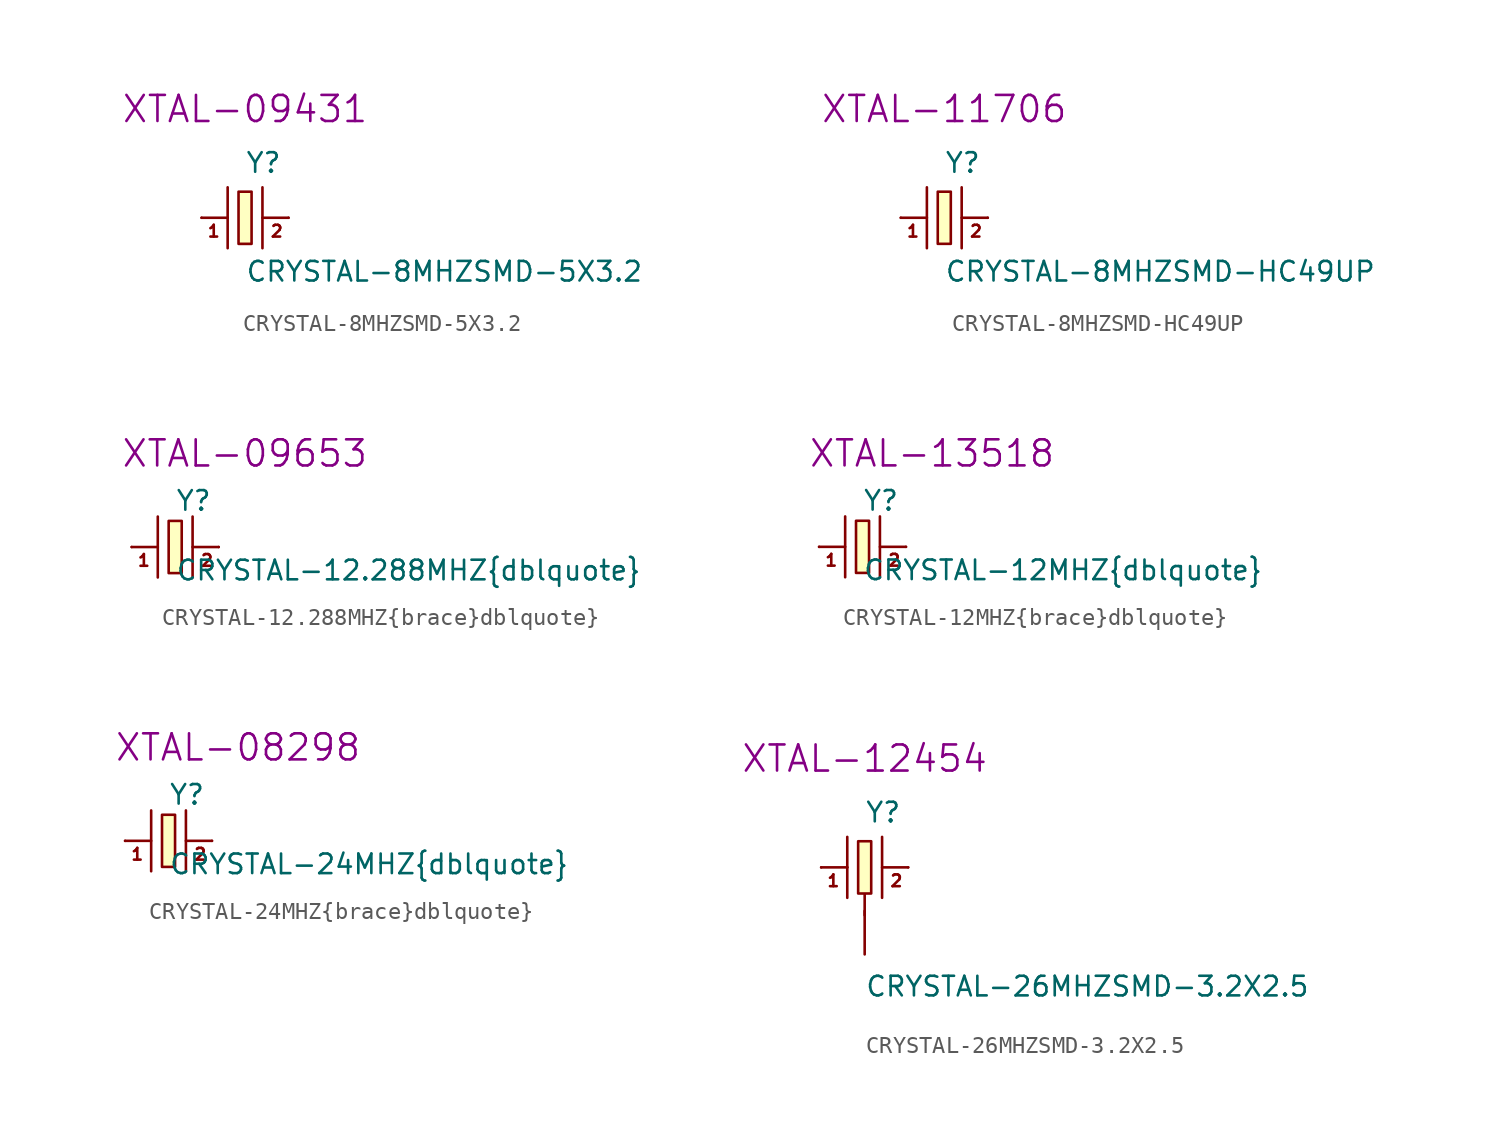
<source format=kicad_sym>
(kicad_symbol_lib
  (version 20211014)
  (generator kicad_symbol_editor)
  (symbol "CRYSTAL-8MHZSMD-5X3.2"
    (pin_numbers hide)
    (pin_names
      (offset 1.016) hide)
    (property "Reference" "Y"
      (at 0 2.54 0)
      (effects (font (size 1.143 1.143)) (justify left bottom)))
    (property "Value" "CRYSTAL-8MHZSMD-5X3.2"
      (at 0 -3.81 0)
      (effects (font (size 1.143 1.143)) (justify left bottom)))
    (property "Field4" "XTAL-09431"
      (at 0 6.35 0)
      (effects (font (size 1.524 1.524))))
    (property "ki_locked" ""
      (at 0 0 0)
      (effects (font (size 1.27 1.27))))
    (symbol "CRYSTAL-8MHZSMD-5X3.2_1_0"
      (polyline (pts (xy -2.54 0) (xy -1.016 0)) (stroke (width 0) (type default) (color 0 0 0 0)) (fill (type none)))
      (polyline (pts (xy -1.016 1.778) (xy -1.016 -1.778)) (stroke (width 0) (type default) (color 0 0 0 0)) (fill (type none)))
      (polyline (pts (xy 1.016 0) (xy 2.54 0)) (stroke (width 0) (type default) (color 0 0 0 0)) (fill (type none)))
      (polyline (pts (xy 1.016 1.778) (xy 1.016 -1.778)) (stroke (width 0) (type default) (color 0 0 0 0)) (fill (type none)))
      (text "1" (at -1.829 -0.787 0) (effects (font (size 0.686 0.686))))
      (text "2" (at 1.854 -0.787 0) (effects (font (size 0.686 0.686)))))
    (symbol "CRYSTAL-8MHZSMD-5X3.2_1_1"
      (polyline (pts (xy -0.381 1.524) (xy -0.381 -1.524) (xy 0.381 -1.524) (xy 0.381 1.524) (xy -0.381 1.524)) (stroke (width 0) (type default) (color 0 0 0 0)) (fill (type background)))
      (pin passive line (at -2.54 0 0) (length 0) (name "1" (effects (font (size 1.016 1.016)))) (number "1" (effects (font (size 1.016 1.016)))))
      (pin passive line (at 2.54 0 180) (length 0) (name "2" (effects (font (size 1.016 1.016)))) (number "3" (effects (font (size 1.016 1.016)))))))
  (symbol "CRYSTAL-8MHZSMD-HC49UP"
    (pin_numbers hide)
    (pin_names
      (offset 1.016) hide)
    (property "Reference" "Y"
      (at 0 2.54 0)
      (effects (font (size 1.143 1.143)) (justify left bottom)))
    (property "Value" "CRYSTAL-8MHZSMD-HC49UP"
      (at 0 -3.81 0)
      (effects (font (size 1.143 1.143)) (justify left bottom)))
    (property "Field4" "XTAL-11706"
      (at 0 6.35 0)
      (effects (font (size 1.524 1.524))))
    (property "ki_locked" ""
      (at 0 0 0)
      (effects (font (size 1.27 1.27))))
    (symbol "CRYSTAL-8MHZSMD-HC49UP_1_0"
      (polyline (pts (xy -2.54 0) (xy -1.016 0)) (stroke (width 0) (type default) (color 0 0 0 0)) (fill (type none)))
      (polyline (pts (xy -1.016 1.778) (xy -1.016 -1.778)) (stroke (width 0) (type default) (color 0 0 0 0)) (fill (type none)))
      (polyline (pts (xy 1.016 0) (xy 2.54 0)) (stroke (width 0) (type default) (color 0 0 0 0)) (fill (type none)))
      (polyline (pts (xy 1.016 1.778) (xy 1.016 -1.778)) (stroke (width 0) (type default) (color 0 0 0 0)) (fill (type none)))
      (text "1" (at -1.829 -0.787 0) (effects (font (size 0.686 0.686))))
      (text "2" (at 1.854 -0.787 0) (effects (font (size 0.686 0.686)))))
    (symbol "CRYSTAL-8MHZSMD-HC49UP_1_1"
      (polyline (pts (xy -0.381 1.524) (xy -0.381 -1.524) (xy 0.381 -1.524) (xy 0.381 1.524) (xy -0.381 1.524)) (stroke (width 0) (type default) (color 0 0 0 0)) (fill (type background)))
      (pin passive line (at -2.54 0 0) (length 0) (name "1" (effects (font (size 1.016 1.016)))) (number "1" (effects (font (size 1.016 1.016)))))
      (pin passive line (at 2.54 0 180) (length 0) (name "2" (effects (font (size 1.016 1.016)))) (number "2" (effects (font (size 1.016 1.016)))))))
  (symbol "CRYSTAL-12.288MHZ{brace}dblquote}"
    (pin_numbers hide)
    (pin_names
      (offset 1.016) hide)
    (property "Reference" "Y"
      (at 0 2.032 0)
      (effects (font (size 1.143 1.143)) (justify left bottom)))
    (property "Value" "CRYSTAL-12.288MHZ{brace}dblquote}"
      (at 0 -2.032 0)
      (effects (font (size 1.143 1.143)) (justify left bottom)))
    (property "Field4" "XTAL-09653"
      (at 4.064 5.461 0)
      (effects (font (size 1.524 1.524))))
    (property "ki_locked" ""
      (at 0 0 0)
      (effects (font (size 1.27 1.27))))
    (symbol "CRYSTAL-12.288MHZ{brace}dblquote}_1_0"
      (polyline (pts (xy -2.54 0) (xy -1.016 0)) (stroke (width 0) (type default) (color 0 0 0 0)) (fill (type none)))
      (polyline (pts (xy -1.016 1.778) (xy -1.016 -1.778)) (stroke (width 0) (type default) (color 0 0 0 0)) (fill (type none)))
      (polyline (pts (xy 1.016 0) (xy 2.54 0)) (stroke (width 0) (type default) (color 0 0 0 0)) (fill (type none)))
      (polyline (pts (xy 1.016 1.778) (xy 1.016 -1.778)) (stroke (width 0) (type default) (color 0 0 0 0)) (fill (type none)))
      (text "1" (at -1.829 -0.787 0) (effects (font (size 0.686 0.686))))
      (text "2" (at 1.854 -0.787 0) (effects (font (size 0.686 0.686)))))
    (symbol "CRYSTAL-12.288MHZ{brace}dblquote}_1_1"
      (polyline (pts (xy -0.381 1.524) (xy -0.381 -1.524) (xy 0.381 -1.524) (xy 0.381 1.524) (xy -0.381 1.524)) (stroke (width 0) (type default) (color 0 0 0 0)) (fill (type background)))
      (pin passive line (at -2.54 0 0) (length 0) (name "1" (effects (font (size 1.016 1.016)))) (number "1" (effects (font (size 1.016 1.016)))))
      (pin passive line (at 2.54 0 180) (length 0) (name "2" (effects (font (size 1.016 1.016)))) (number "3" (effects (font (size 1.016 1.016)))))))
  (symbol "CRYSTAL-12MHZ{brace}dblquote}"
    (pin_numbers hide)
    (pin_names
      (offset 1.016) hide)
    (property "Reference" "Y"
      (at 0 2.032 0)
      (effects (font (size 1.143 1.143)) (justify left bottom)))
    (property "Value" "CRYSTAL-12MHZ{brace}dblquote}"
      (at 0 -2.032 0)
      (effects (font (size 1.143 1.143)) (justify left bottom)))
    (property "Field4" "XTAL-13518"
      (at 4.064 5.461 0)
      (effects (font (size 1.524 1.524))))
    (property "ki_locked" ""
      (at 0 0 0)
      (effects (font (size 1.27 1.27))))
    (symbol "CRYSTAL-12MHZ{brace}dblquote}_1_0"
      (polyline (pts (xy -2.54 0) (xy -1.016 0)) (stroke (width 0) (type default) (color 0 0 0 0)) (fill (type none)))
      (polyline (pts (xy -1.016 1.778) (xy -1.016 -1.778)) (stroke (width 0) (type default) (color 0 0 0 0)) (fill (type none)))
      (polyline (pts (xy 1.016 0) (xy 2.54 0)) (stroke (width 0) (type default) (color 0 0 0 0)) (fill (type none)))
      (polyline (pts (xy 1.016 1.778) (xy 1.016 -1.778)) (stroke (width 0) (type default) (color 0 0 0 0)) (fill (type none)))
      (text "1" (at -1.829 -0.787 0) (effects (font (size 0.686 0.686))))
      (text "2" (at 1.854 -0.787 0) (effects (font (size 0.686 0.686)))))
    (symbol "CRYSTAL-12MHZ{brace}dblquote}_1_1"
      (polyline (pts (xy -0.381 1.524) (xy -0.381 -1.524) (xy 0.381 -1.524) (xy 0.381 1.524) (xy -0.381 1.524)) (stroke (width 0) (type default) (color 0 0 0 0)) (fill (type background)))
      (pin passive line (at -2.54 0 0) (length 0) (name "1" (effects (font (size 1.016 1.016)))) (number "1" (effects (font (size 1.016 1.016)))))
      (pin passive line (at 2.54 0 180) (length 0) (name "2" (effects (font (size 1.016 1.016)))) (number "3" (effects (font (size 1.016 1.016)))))))
  (symbol "CRYSTAL-24MHZ{brace}dblquote}"
    (pin_numbers hide)
    (pin_names
      (offset 1.016) hide)
    (property "Reference" "Y"
      (at 0 2.032 0)
      (effects (font (size 1.143 1.143)) (justify left bottom)))
    (property "Value" "CRYSTAL-24MHZ{brace}dblquote}"
      (at 0 -2.032 0)
      (effects (font (size 1.143 1.143)) (justify left bottom)))
    (property "Field4" "XTAL-08298"
      (at 4.064 5.461 0)
      (effects (font (size 1.524 1.524))))
    (property "ki_locked" ""
      (at 0 0 0)
      (effects (font (size 1.27 1.27))))
    (symbol "CRYSTAL-24MHZ{brace}dblquote}_1_0"
      (polyline (pts (xy -2.54 0) (xy -1.016 0)) (stroke (width 0) (type default) (color 0 0 0 0)) (fill (type none)))
      (polyline (pts (xy -1.016 1.778) (xy -1.016 -1.778)) (stroke (width 0) (type default) (color 0 0 0 0)) (fill (type none)))
      (polyline (pts (xy 1.016 0) (xy 2.54 0)) (stroke (width 0) (type default) (color 0 0 0 0)) (fill (type none)))
      (polyline (pts (xy 1.016 1.778) (xy 1.016 -1.778)) (stroke (width 0) (type default) (color 0 0 0 0)) (fill (type none)))
      (text "1" (at -1.829 -0.787 0) (effects (font (size 0.686 0.686))))
      (text "2" (at 1.854 -0.787 0) (effects (font (size 0.686 0.686)))))
    (symbol "CRYSTAL-24MHZ{brace}dblquote}_1_1"
      (polyline (pts (xy -0.381 1.524) (xy -0.381 -1.524) (xy 0.381 -1.524) (xy 0.381 1.524) (xy -0.381 1.524)) (stroke (width 0) (type default) (color 0 0 0 0)) (fill (type background)))
      (pin passive line (at -2.54 0 0) (length 0) (name "1" (effects (font (size 1.016 1.016)))) (number "1" (effects (font (size 1.016 1.016)))))
      (pin passive line (at 2.54 0 180) (length 0) (name "2" (effects (font (size 1.016 1.016)))) (number "3" (effects (font (size 1.016 1.016)))))))
  (symbol "CRYSTAL-26MHZSMD-3.2X2.5"
    (pin_numbers hide)
    (pin_names
      (offset 1.016) hide)
    (property "Reference" "Y"
      (at 0 2.54 0)
      (effects (font (size 1.143 1.143)) (justify left bottom)))
    (property "Value" "CRYSTAL-26MHZSMD-3.2X2.5"
      (at 0 -7.62 0)
      (effects (font (size 1.143 1.143)) (justify left bottom)))
    (property "Field4" "XTAL-12454"
      (at 0 6.35 0)
      (effects (font (size 1.524 1.524))))
    (property "ki_locked" ""
      (at 0 0 0)
      (effects (font (size 1.27 1.27))))
    (symbol "CRYSTAL-26MHZSMD-3.2X2.5_1_0"
      (polyline (pts (xy -2.54 0) (xy -1.016 0)) (stroke (width 0) (type default) (color 0 0 0 0)) (fill (type none)))
      (polyline (pts (xy -1.016 0) (xy -1.016 -1.778)) (stroke (width 0) (type default) (color 0 0 0 0)) (fill (type none)))
      (polyline (pts (xy -1.016 1.778) (xy -1.016 0)) (stroke (width 0) (type default) (color 0 0 0 0)) (fill (type none)))
      (polyline (pts (xy 0 -2.794) (xy 0 -1.575)) (stroke (width 0) (type default) (color 0 0 0 0)) (fill (type none)))
      (polyline (pts (xy 1.016 0) (xy 2.54 0)) (stroke (width 0) (type default) (color 0 0 0 0)) (fill (type none)))
      (polyline (pts (xy 1.016 1.778) (xy 1.016 -1.778)) (stroke (width 0) (type default) (color 0 0 0 0)) (fill (type none)))
      (text "1" (at -1.829 -0.787 0) (effects (font (size 0.686 0.686))))
      (text "2" (at 1.854 -0.787 0) (effects (font (size 0.686 0.686)))))
    (symbol "CRYSTAL-26MHZSMD-3.2X2.5_1_1"
      (polyline (pts (xy -0.381 1.524) (xy -0.381 -1.524) (xy 0.381 -1.524) (xy 0.381 1.524) (xy -0.381 1.524)) (stroke (width 0) (type default) (color 0 0 0 0)) (fill (type background)))
      (pin passive line (at -2.54 0 0) (length 0) (name "1" (effects (font (size 1.016 1.016)))) (number "1" (effects (font (size 1.016 1.016)))))
      (pin passive line (at 0 -5.08 90) (length 2.54) (name "3" (effects (font (size 1.016 1.016)))) (number "2" (effects (font (size 1.016 1.016)))))
      (pin passive line (at 2.54 0 180) (length 0) (name "2" (effects (font (size 1.016 1.016)))) (number "3" (effects (font (size 1.016 1.016)))))
      (pin passive line (at 0 -5.08 90) (length 2.54) hide (name "3" (effects (font (size 1.016 1.016)))) (number "4" (effects (font (size 1.016 1.016))))))))
</source>
